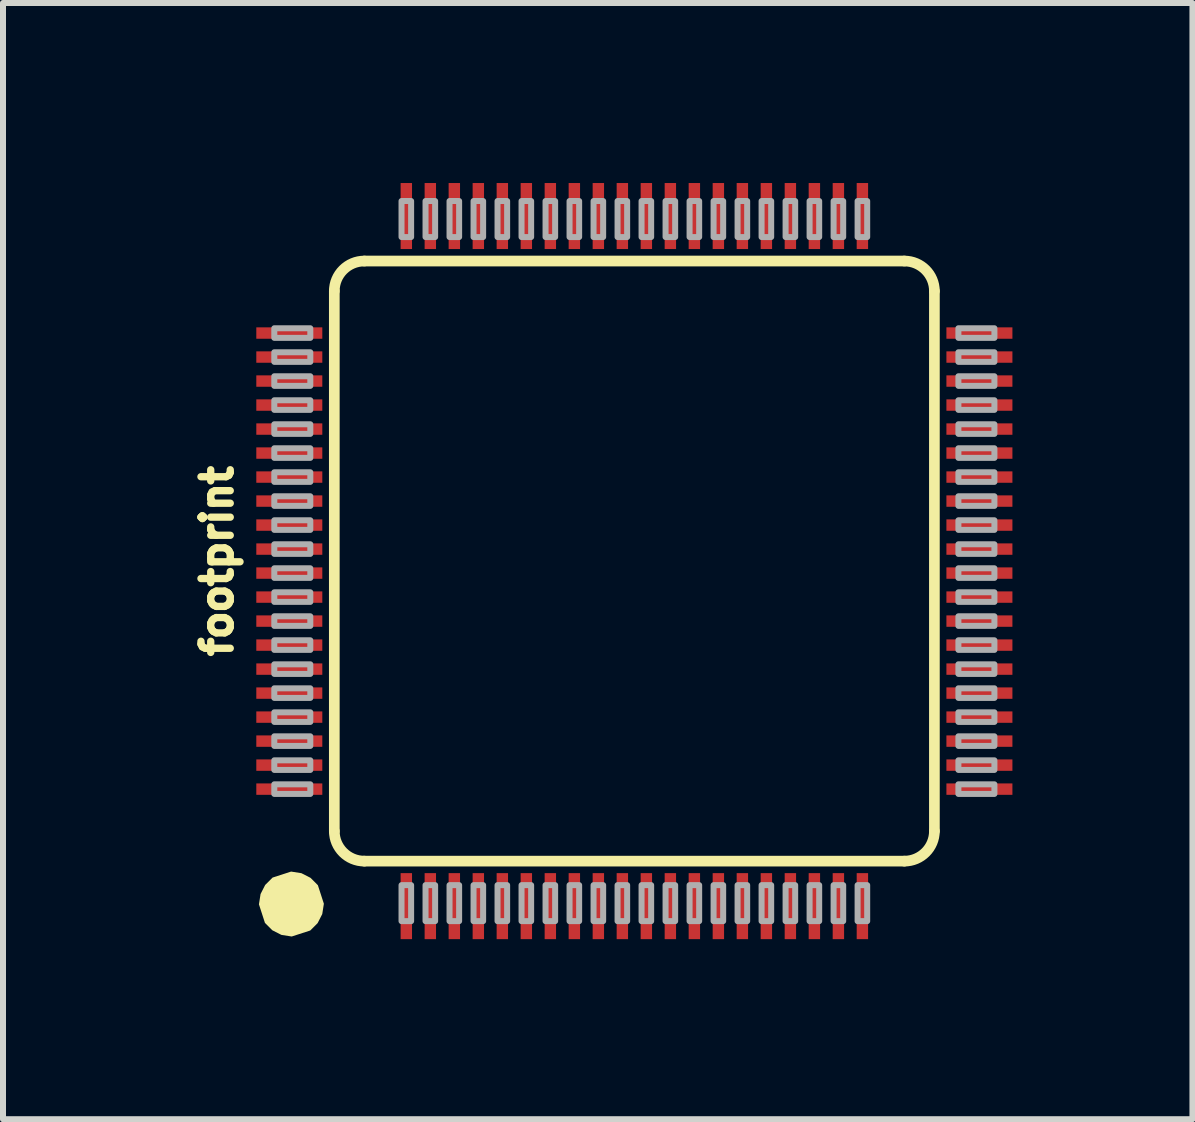
<source format=kicad_pcb>
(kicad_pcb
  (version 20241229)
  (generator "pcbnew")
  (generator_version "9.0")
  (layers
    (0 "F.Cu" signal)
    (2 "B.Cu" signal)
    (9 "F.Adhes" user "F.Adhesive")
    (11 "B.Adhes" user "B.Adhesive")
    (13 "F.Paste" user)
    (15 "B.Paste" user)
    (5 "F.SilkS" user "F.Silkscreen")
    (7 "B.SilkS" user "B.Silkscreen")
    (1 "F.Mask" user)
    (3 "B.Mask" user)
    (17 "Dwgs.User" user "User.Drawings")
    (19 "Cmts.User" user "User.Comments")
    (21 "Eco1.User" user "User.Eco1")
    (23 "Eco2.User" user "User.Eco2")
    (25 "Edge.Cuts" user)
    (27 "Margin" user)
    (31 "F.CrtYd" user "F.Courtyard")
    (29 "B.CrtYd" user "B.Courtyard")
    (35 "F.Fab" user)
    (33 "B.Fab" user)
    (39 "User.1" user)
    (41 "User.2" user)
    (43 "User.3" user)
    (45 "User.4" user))
  (footprint "footprint"
    (layer "F.Cu")
    (at 7.521 6.3)
    (property "Reference" "footprint" (at -6.668 0 90) (layer "F.SilkS") (effects (font (size 0.488 0.488) (thickness 0.122)) (justify bottom)))
    (fp_line (start -5 -4.5) (end -5 4.5) (stroke (width 0.178) (type solid)) (layer "F.SilkS"))
    (fp_line (start -4.5 5) (end 4.5 5) (stroke (width 0.178) (type solid)) (layer "F.SilkS"))
    (fp_line (start 4.5 -5) (end -4.5 -5) (stroke (width 0.178) (type solid)) (layer "F.SilkS"))
    (fp_line (start 5 4.5) (end 5 -4.5) (stroke (width 0.178) (type solid)) (layer "F.SilkS"))
    (fp_arc (start -5 -4.5) (mid -4.853553 -4.853553) (end -4.5 -5) (stroke (width 0.1778) (type solid)) (layer "F.SilkS"))
    (fp_arc (start -4.5 5) (mid -4.853553 4.853553) (end -5 4.5) (stroke (width 0.1778) (type solid)) (layer "F.SilkS"))
    (fp_arc (start 4.5 -5) (mid 4.853553 -4.853553) (end 5 -4.5) (stroke (width 0.1778) (type solid)) (layer "F.SilkS"))
    (fp_arc (start 5 4.5) (mid 4.853553 4.853553) (end 4.5 5) (stroke (width 0.1778) (type solid)) (layer "F.SilkS"))
    (fp_poly (pts (xy -5.548 5.201) (xy -5.397 5.278) (xy -5.274 5.401) (xy -5.174 5.71) (xy -5.201 5.882) (xy -5.278 6.033) (xy -5.401 6.156) (xy -5.71 6.256) (xy -5.882 6.229) (xy -6.033 6.152) (xy -6.156 6.029) (xy -6.256 5.72) (xy -6.229 5.548) (xy -6.152 5.397) (xy -6.029 5.274) (xy -5.72 5.174)) (stroke (width 0) (type solid)) (fill yes) (layer "F.SilkS"))
    (fp_poly (pts (xy -6 -3.72) (xy -5.4 -3.72) (xy -5.4 -3.88) (xy -6 -3.88)) (stroke (width 0.1) (type solid)) (fill no) (layer "F.Fab"))
    (fp_poly (pts (xy -6 -3.32) (xy -5.4 -3.32) (xy -5.4 -3.48) (xy -6 -3.48)) (stroke (width 0.1) (type solid)) (fill no) (layer "F.Fab"))
    (fp_poly (pts (xy -6 -2.92) (xy -5.4 -2.92) (xy -5.4 -3.08) (xy -6 -3.08)) (stroke (width 0.1) (type solid)) (fill no) (layer "F.Fab"))
    (fp_poly (pts (xy -6 -2.52) (xy -5.4 -2.52) (xy -5.4 -2.68) (xy -6 -2.68)) (stroke (width 0.1) (type solid)) (fill no) (layer "F.Fab"))
    (fp_poly (pts (xy -6 -2.12) (xy -5.4 -2.12) (xy -5.4 -2.28) (xy -6 -2.28)) (stroke (width 0.1) (type solid)) (fill no) (layer "F.Fab"))
    (fp_poly (pts (xy -6 -1.72) (xy -5.4 -1.72) (xy -5.4 -1.88) (xy -6 -1.88)) (stroke (width 0.1) (type solid)) (fill no) (layer "F.Fab"))
    (fp_poly (pts (xy -6 -1.32) (xy -5.4 -1.32) (xy -5.4 -1.48) (xy -6 -1.48)) (stroke (width 0.1) (type solid)) (fill no) (layer "F.Fab"))
    (fp_poly (pts (xy -6 -0.92) (xy -5.4 -0.92) (xy -5.4 -1.08) (xy -6 -1.08)) (stroke (width 0.1) (type solid)) (fill no) (layer "F.Fab"))
    (fp_poly (pts (xy -6 -0.52) (xy -5.4 -0.52) (xy -5.4 -0.68) (xy -6 -0.68)) (stroke (width 0.1) (type solid)) (fill no) (layer "F.Fab"))
    (fp_poly (pts (xy -6 -0.12) (xy -5.4 -0.12) (xy -5.4 -0.28) (xy -6 -0.28)) (stroke (width 0.1) (type solid)) (fill no) (layer "F.Fab"))
    (fp_poly (pts (xy -6 0.28) (xy -5.4 0.28) (xy -5.4 0.12) (xy -6 0.12)) (stroke (width 0.1) (type solid)) (fill no) (layer "F.Fab"))
    (fp_poly (pts (xy -6 0.68) (xy -5.4 0.68) (xy -5.4 0.52) (xy -6 0.52)) (stroke (width 0.1) (type solid)) (fill no) (layer "F.Fab"))
    (fp_poly (pts (xy -6 1.08) (xy -5.4 1.08) (xy -5.4 0.92) (xy -6 0.92)) (stroke (width 0.1) (type solid)) (fill no) (layer "F.Fab"))
    (fp_poly (pts (xy -6 1.48) (xy -5.4 1.48) (xy -5.4 1.32) (xy -6 1.32)) (stroke (width 0.1) (type solid)) (fill no) (layer "F.Fab"))
    (fp_poly (pts (xy -6 1.88) (xy -5.4 1.88) (xy -5.4 1.72) (xy -6 1.72)) (stroke (width 0.1) (type solid)) (fill no) (layer "F.Fab"))
    (fp_poly (pts (xy -6 2.28) (xy -5.4 2.28) (xy -5.4 2.12) (xy -6 2.12)) (stroke (width 0.1) (type solid)) (fill no) (layer "F.Fab"))
    (fp_poly (pts (xy -6 2.68) (xy -5.4 2.68) (xy -5.4 2.52) (xy -6 2.52)) (stroke (width 0.1) (type solid)) (fill no) (layer "F.Fab"))
    (fp_poly (pts (xy -6 3.08) (xy -5.4 3.08) (xy -5.4 2.92) (xy -6 2.92)) (stroke (width 0.1) (type solid)) (fill no) (layer "F.Fab"))
    (fp_poly (pts (xy -6 3.48) (xy -5.4 3.48) (xy -5.4 3.32) (xy -6 3.32)) (stroke (width 0.1) (type solid)) (fill no) (layer "F.Fab"))
    (fp_poly (pts (xy -6 3.88) (xy -5.4 3.88) (xy -5.4 3.72) (xy -6 3.72)) (stroke (width 0.1) (type solid)) (fill no) (layer "F.Fab"))
    (fp_poly (pts (xy -3.88 -6) (xy -3.88 -5.4) (xy -3.72 -5.4) (xy -3.72 -6)) (stroke (width 0.1) (type solid)) (fill no) (layer "F.Fab"))
    (fp_poly (pts (xy -3.72 6) (xy -3.72 5.4) (xy -3.88 5.4) (xy -3.88 6)) (stroke (width 0.1) (type solid)) (fill no) (layer "F.Fab"))
    (fp_poly (pts (xy -3.48 -6) (xy -3.48 -5.4) (xy -3.32 -5.4) (xy -3.32 -6)) (stroke (width 0.1) (type solid)) (fill no) (layer "F.Fab"))
    (fp_poly (pts (xy -3.32 6) (xy -3.32 5.4) (xy -3.48 5.4) (xy -3.48 6)) (stroke (width 0.1) (type solid)) (fill no) (layer "F.Fab"))
    (fp_poly (pts (xy -3.08 -6) (xy -3.08 -5.4) (xy -2.92 -5.4) (xy -2.92 -6)) (stroke (width 0.1) (type solid)) (fill no) (layer "F.Fab"))
    (fp_poly (pts (xy -2.92 6) (xy -2.92 5.4) (xy -3.08 5.4) (xy -3.08 6)) (stroke (width 0.1) (type solid)) (fill no) (layer "F.Fab"))
    (fp_poly (pts (xy -2.68 -6) (xy -2.68 -5.4) (xy -2.52 -5.4) (xy -2.52 -6)) (stroke (width 0.1) (type solid)) (fill no) (layer "F.Fab"))
    (fp_poly (pts (xy -2.52 6) (xy -2.52 5.4) (xy -2.68 5.4) (xy -2.68 6)) (stroke (width 0.1) (type solid)) (fill no) (layer "F.Fab"))
    (fp_poly (pts (xy -2.28 -6) (xy -2.28 -5.4) (xy -2.12 -5.4) (xy -2.12 -6)) (stroke (width 0.1) (type solid)) (fill no) (layer "F.Fab"))
    (fp_poly (pts (xy -2.12 6) (xy -2.12 5.4) (xy -2.28 5.4) (xy -2.28 6)) (stroke (width 0.1) (type solid)) (fill no) (layer "F.Fab"))
    (fp_poly (pts (xy -1.88 -6) (xy -1.88 -5.4) (xy -1.72 -5.4) (xy -1.72 -6)) (stroke (width 0.1) (type solid)) (fill no) (layer "F.Fab"))
    (fp_poly (pts (xy -1.72 6) (xy -1.72 5.4) (xy -1.88 5.4) (xy -1.88 6)) (stroke (width 0.1) (type solid)) (fill no) (layer "F.Fab"))
    (fp_poly (pts (xy -1.48 -6) (xy -1.48 -5.4) (xy -1.32 -5.4) (xy -1.32 -6)) (stroke (width 0.1) (type solid)) (fill no) (layer "F.Fab"))
    (fp_poly (pts (xy -1.32 6) (xy -1.32 5.4) (xy -1.48 5.4) (xy -1.48 6)) (stroke (width 0.1) (type solid)) (fill no) (layer "F.Fab"))
    (fp_poly (pts (xy -1.08 -6) (xy -1.08 -5.4) (xy -0.92 -5.4) (xy -0.92 -6)) (stroke (width 0.1) (type solid)) (fill no) (layer "F.Fab"))
    (fp_poly (pts (xy -0.92 6) (xy -0.92 5.4) (xy -1.08 5.4) (xy -1.08 6)) (stroke (width 0.1) (type solid)) (fill no) (layer "F.Fab"))
    (fp_poly (pts (xy -0.68 -6) (xy -0.68 -5.4) (xy -0.52 -5.4) (xy -0.52 -6)) (stroke (width 0.1) (type solid)) (fill no) (layer "F.Fab"))
    (fp_poly (pts (xy -0.52 6) (xy -0.52 5.4) (xy -0.68 5.4) (xy -0.68 6)) (stroke (width 0.1) (type solid)) (fill no) (layer "F.Fab"))
    (fp_poly (pts (xy -0.28 -6) (xy -0.28 -5.4) (xy -0.12 -5.4) (xy -0.12 -6)) (stroke (width 0.1) (type solid)) (fill no) (layer "F.Fab"))
    (fp_poly (pts (xy -0.12 6) (xy -0.12 5.4) (xy -0.28 5.4) (xy -0.28 6)) (stroke (width 0.1) (type solid)) (fill no) (layer "F.Fab"))
    (fp_poly (pts (xy 0.12 -6) (xy 0.12 -5.4) (xy 0.28 -5.4) (xy 0.28 -6)) (stroke (width 0.1) (type solid)) (fill no) (layer "F.Fab"))
    (fp_poly (pts (xy 0.28 6) (xy 0.28 5.4) (xy 0.12 5.4) (xy 0.12 6)) (stroke (width 0.1) (type solid)) (fill no) (layer "F.Fab"))
    (fp_poly (pts (xy 0.52 -6) (xy 0.52 -5.4) (xy 0.68 -5.4) (xy 0.68 -6)) (stroke (width 0.1) (type solid)) (fill no) (layer "F.Fab"))
    (fp_poly (pts (xy 0.68 6) (xy 0.68 5.4) (xy 0.52 5.4) (xy 0.52 6)) (stroke (width 0.1) (type solid)) (fill no) (layer "F.Fab"))
    (fp_poly (pts (xy 0.92 -6) (xy 0.92 -5.4) (xy 1.08 -5.4) (xy 1.08 -6)) (stroke (width 0.1) (type solid)) (fill no) (layer "F.Fab"))
    (fp_poly (pts (xy 1.08 6) (xy 1.08 5.4) (xy 0.92 5.4) (xy 0.92 6)) (stroke (width 0.1) (type solid)) (fill no) (layer "F.Fab"))
    (fp_poly (pts (xy 1.32 -6) (xy 1.32 -5.4) (xy 1.48 -5.4) (xy 1.48 -6)) (stroke (width 0.1) (type solid)) (fill no) (layer "F.Fab"))
    (fp_poly (pts (xy 1.48 6) (xy 1.48 5.4) (xy 1.32 5.4) (xy 1.32 6)) (stroke (width 0.1) (type solid)) (fill no) (layer "F.Fab"))
    (fp_poly (pts (xy 1.72 -6) (xy 1.72 -5.4) (xy 1.88 -5.4) (xy 1.88 -6)) (stroke (width 0.1) (type solid)) (fill no) (layer "F.Fab"))
    (fp_poly (pts (xy 1.88 6) (xy 1.88 5.4) (xy 1.72 5.4) (xy 1.72 6)) (stroke (width 0.1) (type solid)) (fill no) (layer "F.Fab"))
    (fp_poly (pts (xy 2.12 -6) (xy 2.12 -5.4) (xy 2.28 -5.4) (xy 2.28 -6)) (stroke (width 0.1) (type solid)) (fill no) (layer "F.Fab"))
    (fp_poly (pts (xy 2.28 6) (xy 2.28 5.4) (xy 2.12 5.4) (xy 2.12 6)) (stroke (width 0.1) (type solid)) (fill no) (layer "F.Fab"))
    (fp_poly (pts (xy 2.52 -6) (xy 2.52 -5.4) (xy 2.68 -5.4) (xy 2.68 -6)) (stroke (width 0.1) (type solid)) (fill no) (layer "F.Fab"))
    (fp_poly (pts (xy 2.68 6) (xy 2.68 5.4) (xy 2.52 5.4) (xy 2.52 6)) (stroke (width 0.1) (type solid)) (fill no) (layer "F.Fab"))
    (fp_poly (pts (xy 2.92 -6) (xy 2.92 -5.4) (xy 3.08 -5.4) (xy 3.08 -6)) (stroke (width 0.1) (type solid)) (fill no) (layer "F.Fab"))
    (fp_poly (pts (xy 3.08 6) (xy 3.08 5.4) (xy 2.92 5.4) (xy 2.92 6)) (stroke (width 0.1) (type solid)) (fill no) (layer "F.Fab"))
    (fp_poly (pts (xy 3.32 -6) (xy 3.32 -5.4) (xy 3.48 -5.4) (xy 3.48 -6)) (stroke (width 0.1) (type solid)) (fill no) (layer "F.Fab"))
    (fp_poly (pts (xy 3.48 6) (xy 3.48 5.4) (xy 3.32 5.4) (xy 3.32 6)) (stroke (width 0.1) (type solid)) (fill no) (layer "F.Fab"))
    (fp_poly (pts (xy 3.72 -6) (xy 3.72 -5.4) (xy 3.88 -5.4) (xy 3.88 -6)) (stroke (width 0.1) (type solid)) (fill no) (layer "F.Fab"))
    (fp_poly (pts (xy 3.88 6) (xy 3.88 5.4) (xy 3.72 5.4) (xy 3.72 6)) (stroke (width 0.1) (type solid)) (fill no) (layer "F.Fab"))
    (fp_poly (pts (xy 6 -3.88) (xy 5.4 -3.88) (xy 5.4 -3.72) (xy 6 -3.72)) (stroke (width 0.1) (type solid)) (fill no) (layer "F.Fab"))
    (fp_poly (pts (xy 6 -3.48) (xy 5.4 -3.48) (xy 5.4 -3.32) (xy 6 -3.32)) (stroke (width 0.1) (type solid)) (fill no) (layer "F.Fab"))
    (fp_poly (pts (xy 6 -3.08) (xy 5.4 -3.08) (xy 5.4 -2.92) (xy 6 -2.92)) (stroke (width 0.1) (type solid)) (fill no) (layer "F.Fab"))
    (fp_poly (pts (xy 6 -2.68) (xy 5.4 -2.68) (xy 5.4 -2.52) (xy 6 -2.52)) (stroke (width 0.1) (type solid)) (fill no) (layer "F.Fab"))
    (fp_poly (pts (xy 6 -2.28) (xy 5.4 -2.28) (xy 5.4 -2.12) (xy 6 -2.12)) (stroke (width 0.1) (type solid)) (fill no) (layer "F.Fab"))
    (fp_poly (pts (xy 6 -1.88) (xy 5.4 -1.88) (xy 5.4 -1.72) (xy 6 -1.72)) (stroke (width 0.1) (type solid)) (fill no) (layer "F.Fab"))
    (fp_poly (pts (xy 6 -1.48) (xy 5.4 -1.48) (xy 5.4 -1.32) (xy 6 -1.32)) (stroke (width 0.1) (type solid)) (fill no) (layer "F.Fab"))
    (fp_poly (pts (xy 6 -1.08) (xy 5.4 -1.08) (xy 5.4 -0.92) (xy 6 -0.92)) (stroke (width 0.1) (type solid)) (fill no) (layer "F.Fab"))
    (fp_poly (pts (xy 6 -0.68) (xy 5.4 -0.68) (xy 5.4 -0.52) (xy 6 -0.52)) (stroke (width 0.1) (type solid)) (fill no) (layer "F.Fab"))
    (fp_poly (pts (xy 6 -0.28) (xy 5.4 -0.28) (xy 5.4 -0.12) (xy 6 -0.12)) (stroke (width 0.1) (type solid)) (fill no) (layer "F.Fab"))
    (fp_poly (pts (xy 6 0.12) (xy 5.4 0.12) (xy 5.4 0.28) (xy 6 0.28)) (stroke (width 0.1) (type solid)) (fill no) (layer "F.Fab"))
    (fp_poly (pts (xy 6 0.52) (xy 5.4 0.52) (xy 5.4 0.68) (xy 6 0.68)) (stroke (width 0.1) (type solid)) (fill no) (layer "F.Fab"))
    (fp_poly (pts (xy 6 0.92) (xy 5.4 0.92) (xy 5.4 1.08) (xy 6 1.08)) (stroke (width 0.1) (type solid)) (fill no) (layer "F.Fab"))
    (fp_poly (pts (xy 6 1.32) (xy 5.4 1.32) (xy 5.4 1.48) (xy 6 1.48)) (stroke (width 0.1) (type solid)) (fill no) (layer "F.Fab"))
    (fp_poly (pts (xy 6 1.72) (xy 5.4 1.72) (xy 5.4 1.88) (xy 6 1.88)) (stroke (width 0.1) (type solid)) (fill no) (layer "F.Fab"))
    (fp_poly (pts (xy 6 2.12) (xy 5.4 2.12) (xy 5.4 2.28) (xy 6 2.28)) (stroke (width 0.1) (type solid)) (fill no) (layer "F.Fab"))
    (fp_poly (pts (xy 6 2.52) (xy 5.4 2.52) (xy 5.4 2.68) (xy 6 2.68)) (stroke (width 0.1) (type solid)) (fill no) (layer "F.Fab"))
    (fp_poly (pts (xy 6 2.92) (xy 5.4 2.92) (xy 5.4 3.08) (xy 6 3.08)) (stroke (width 0.1) (type solid)) (fill no) (layer "F.Fab"))
    (fp_poly (pts (xy 6 3.32) (xy 5.4 3.32) (xy 5.4 3.48) (xy 6 3.48)) (stroke (width 0.1) (type solid)) (fill no) (layer "F.Fab"))
    (fp_poly (pts (xy 6 3.72) (xy 5.4 3.72) (xy 5.4 3.88) (xy 6 3.88)) (stroke (width 0.1) (type solid)) (fill no) (layer "F.Fab"))
    (pad "1" smd rect (at -3.8 5.75 90) (size 1.1 0.19) (layers "F.Cu" "F.Mask" "F.Paste"))
    (pad "2" smd rect (at -3.4 5.75 90) (size 1.1 0.19) (layers "F.Cu" "F.Mask" "F.Paste"))
    (pad "3" smd rect (at -3 5.75 90) (size 1.1 0.19) (layers "F.Cu" "F.Mask" "F.Paste"))
    (pad "4" smd rect (at -2.6 5.75 90) (size 1.1 0.19) (layers "F.Cu" "F.Mask" "F.Paste"))
    (pad "5" smd rect (at -2.2 5.75 90) (size 1.1 0.19) (layers "F.Cu" "F.Mask" "F.Paste"))
    (pad "6" smd rect (at -1.8 5.75 90) (size 1.1 0.19) (layers "F.Cu" "F.Mask" "F.Paste"))
    (pad "7" smd rect (at -1.4 5.75 90) (size 1.1 0.19) (layers "F.Cu" "F.Mask" "F.Paste"))
    (pad "8" smd rect (at -1 5.75 90) (size 1.1 0.19) (layers "F.Cu" "F.Mask" "F.Paste"))
    (pad "9" smd rect (at -0.6 5.75 90) (size 1.1 0.19) (layers "F.Cu" "F.Mask" "F.Paste"))
    (pad "10" smd rect (at -0.2 5.75 90) (size 1.1 0.19) (layers "F.Cu" "F.Mask" "F.Paste"))
    (pad "11" smd rect (at 0.2 5.75 90) (size 1.1 0.19) (layers "F.Cu" "F.Mask" "F.Paste"))
    (pad "12" smd rect (at 0.6 5.75 90) (size 1.1 0.19) (layers "F.Cu" "F.Mask" "F.Paste"))
    (pad "13" smd rect (at 1 5.75 90) (size 1.1 0.19) (layers "F.Cu" "F.Mask" "F.Paste"))
    (pad "14" smd rect (at 1.4 5.75 90) (size 1.1 0.19) (layers "F.Cu" "F.Mask" "F.Paste"))
    (pad "15" smd rect (at 1.8 5.75 90) (size 1.1 0.19) (layers "F.Cu" "F.Mask" "F.Paste"))
    (pad "16" smd rect (at 2.2 5.75 90) (size 1.1 0.19) (layers "F.Cu" "F.Mask" "F.Paste"))
    (pad "17" smd rect (at 2.6 5.75 90) (size 1.1 0.19) (layers "F.Cu" "F.Mask" "F.Paste"))
    (pad "18" smd rect (at 3 5.75 90) (size 1.1 0.19) (layers "F.Cu" "F.Mask" "F.Paste"))
    (pad "19" smd rect (at 3.4 5.75 90) (size 1.1 0.19) (layers "F.Cu" "F.Mask" "F.Paste"))
    (pad "20" smd rect (at 3.8 5.75 90) (size 1.1 0.19) (layers "F.Cu" "F.Mask" "F.Paste"))
    (pad "21" smd rect (at 5.75 3.8 180) (size 1.1 0.19) (layers "F.Cu" "F.Mask" "F.Paste"))
    (pad "22" smd rect (at 5.75 3.4 180) (size 1.1 0.19) (layers "F.Cu" "F.Mask" "F.Paste"))
    (pad "23" smd rect (at 5.75 3 180) (size 1.1 0.19) (layers "F.Cu" "F.Mask" "F.Paste"))
    (pad "24" smd rect (at 5.75 2.6 180) (size 1.1 0.19) (layers "F.Cu" "F.Mask" "F.Paste"))
    (pad "25" smd rect (at 5.75 2.2 180) (size 1.1 0.19) (layers "F.Cu" "F.Mask" "F.Paste"))
    (pad "26" smd rect (at 5.75 1.8 180) (size 1.1 0.19) (layers "F.Cu" "F.Mask" "F.Paste"))
    (pad "27" smd rect (at 5.75 1.4 180) (size 1.1 0.19) (layers "F.Cu" "F.Mask" "F.Paste"))
    (pad "28" smd rect (at 5.75 1 180) (size 1.1 0.19) (layers "F.Cu" "F.Mask" "F.Paste"))
    (pad "29" smd rect (at 5.75 0.6 180) (size 1.1 0.19) (layers "F.Cu" "F.Mask" "F.Paste"))
    (pad "30" smd rect (at 5.75 0.2 180) (size 1.1 0.19) (layers "F.Cu" "F.Mask" "F.Paste"))
    (pad "31" smd rect (at 5.75 -0.2 180) (size 1.1 0.19) (layers "F.Cu" "F.Mask" "F.Paste"))
    (pad "32" smd rect (at 5.75 -0.6 180) (size 1.1 0.19) (layers "F.Cu" "F.Mask" "F.Paste"))
    (pad "33" smd rect (at 5.75 -1 180) (size 1.1 0.19) (layers "F.Cu" "F.Mask" "F.Paste"))
    (pad "34" smd rect (at 5.75 -1.4 180) (size 1.1 0.19) (layers "F.Cu" "F.Mask" "F.Paste"))
    (pad "35" smd rect (at 5.75 -1.8 180) (size 1.1 0.19) (layers "F.Cu" "F.Mask" "F.Paste"))
    (pad "36" smd rect (at 5.75 -2.2 180) (size 1.1 0.19) (layers "F.Cu" "F.Mask" "F.Paste"))
    (pad "37" smd rect (at 5.75 -2.6 180) (size 1.1 0.19) (layers "F.Cu" "F.Mask" "F.Paste"))
    (pad "38" smd rect (at 5.75 -3 180) (size 1.1 0.19) (layers "F.Cu" "F.Mask" "F.Paste"))
    (pad "39" smd rect (at 5.75 -3.4 180) (size 1.1 0.19) (layers "F.Cu" "F.Mask" "F.Paste"))
    (pad "40" smd rect (at 5.75 -3.8 180) (size 1.1 0.19) (layers "F.Cu" "F.Mask" "F.Paste"))
    (pad "41" smd rect (at 3.8 -5.75 270) (size 1.1 0.19) (layers "F.Cu" "F.Mask" "F.Paste"))
    (pad "42" smd rect (at 3.4 -5.75 270) (size 1.1 0.19) (layers "F.Cu" "F.Mask" "F.Paste"))
    (pad "43" smd rect (at 3 -5.75 270) (size 1.1 0.19) (layers "F.Cu" "F.Mask" "F.Paste"))
    (pad "44" smd rect (at 2.6 -5.75 270) (size 1.1 0.19) (layers "F.Cu" "F.Mask" "F.Paste"))
    (pad "45" smd rect (at 2.2 -5.75 270) (size 1.1 0.19) (layers "F.Cu" "F.Mask" "F.Paste"))
    (pad "46" smd rect (at 1.8 -5.75 270) (size 1.1 0.19) (layers "F.Cu" "F.Mask" "F.Paste"))
    (pad "47" smd rect (at 1.4 -5.75 270) (size 1.1 0.19) (layers "F.Cu" "F.Mask" "F.Paste"))
    (pad "48" smd rect (at 1 -5.75 270) (size 1.1 0.19) (layers "F.Cu" "F.Mask" "F.Paste"))
    (pad "49" smd rect (at 0.6 -5.75 270) (size 1.1 0.19) (layers "F.Cu" "F.Mask" "F.Paste"))
    (pad "50" smd rect (at 0.2 -5.75 270) (size 1.1 0.19) (layers "F.Cu" "F.Mask" "F.Paste"))
    (pad "51" smd rect (at -0.2 -5.75 270) (size 1.1 0.19) (layers "F.Cu" "F.Mask" "F.Paste"))
    (pad "52" smd rect (at -0.6 -5.75 270) (size 1.1 0.19) (layers "F.Cu" "F.Mask" "F.Paste"))
    (pad "53" smd rect (at -1 -5.75 270) (size 1.1 0.19) (layers "F.Cu" "F.Mask" "F.Paste"))
    (pad "54" smd rect (at -1.4 -5.75 270) (size 1.1 0.19) (layers "F.Cu" "F.Mask" "F.Paste"))
    (pad "55" smd rect (at -1.8 -5.75 270) (size 1.1 0.19) (layers "F.Cu" "F.Mask" "F.Paste"))
    (pad "56" smd rect (at -2.2 -5.75 270) (size 1.1 0.19) (layers "F.Cu" "F.Mask" "F.Paste"))
    (pad "57" smd rect (at -2.6 -5.75 270) (size 1.1 0.19) (layers "F.Cu" "F.Mask" "F.Paste"))
    (pad "58" smd rect (at -3 -5.75 270) (size 1.1 0.19) (layers "F.Cu" "F.Mask" "F.Paste"))
    (pad "59" smd rect (at -3.4 -5.75 270) (size 1.1 0.19) (layers "F.Cu" "F.Mask" "F.Paste"))
    (pad "60" smd rect (at -3.8 -5.75 270) (size 1.1 0.19) (layers "F.Cu" "F.Mask" "F.Paste"))
    (pad "61" smd rect (at -5.75 -3.8) (size 1.1 0.19) (layers "F.Cu" "F.Mask" "F.Paste"))
    (pad "62" smd rect (at -5.75 -3.4) (size 1.1 0.19) (layers "F.Cu" "F.Mask" "F.Paste"))
    (pad "63" smd rect (at -5.75 -3) (size 1.1 0.19) (layers "F.Cu" "F.Mask" "F.Paste"))
    (pad "64" smd rect (at -5.75 -2.6) (size 1.1 0.19) (layers "F.Cu" "F.Mask" "F.Paste"))
    (pad "65" smd rect (at -5.75 -2.2) (size 1.1 0.19) (layers "F.Cu" "F.Mask" "F.Paste"))
    (pad "66" smd rect (at -5.75 -1.8) (size 1.1 0.19) (layers "F.Cu" "F.Mask" "F.Paste"))
    (pad "67" smd rect (at -5.75 -1.4) (size 1.1 0.19) (layers "F.Cu" "F.Mask" "F.Paste"))
    (pad "68" smd rect (at -5.75 -1) (size 1.1 0.19) (layers "F.Cu" "F.Mask" "F.Paste"))
    (pad "69" smd rect (at -5.75 -0.6) (size 1.1 0.19) (layers "F.Cu" "F.Mask" "F.Paste"))
    (pad "70" smd rect (at -5.75 -0.2) (size 1.1 0.19) (layers "F.Cu" "F.Mask" "F.Paste"))
    (pad "71" smd rect (at -5.75 0.2) (size 1.1 0.19) (layers "F.Cu" "F.Mask" "F.Paste"))
    (pad "72" smd rect (at -5.75 0.6) (size 1.1 0.19) (layers "F.Cu" "F.Mask" "F.Paste"))
    (pad "73" smd rect (at -5.75 1) (size 1.1 0.19) (layers "F.Cu" "F.Mask" "F.Paste"))
    (pad "74" smd rect (at -5.75 1.4) (size 1.1 0.19) (layers "F.Cu" "F.Mask" "F.Paste"))
    (pad "75" smd rect (at -5.75 1.8) (size 1.1 0.19) (layers "F.Cu" "F.Mask" "F.Paste"))
    (pad "76" smd rect (at -5.75 2.2) (size 1.1 0.19) (layers "F.Cu" "F.Mask" "F.Paste"))
    (pad "77" smd rect (at -5.75 2.6) (size 1.1 0.19) (layers "F.Cu" "F.Mask" "F.Paste"))
    (pad "78" smd rect (at -5.75 3) (size 1.1 0.19) (layers "F.Cu" "F.Mask" "F.Paste"))
    (pad "79" smd rect (at -5.75 3.4) (size 1.1 0.19) (layers "F.Cu" "F.Mask" "F.Paste"))
    (pad "80" smd rect (at -5.75 3.8) (size 1.1 0.19) (layers "F.Cu" "F.Mask" "F.Paste")))
  (gr_rect
    (start -3 -3)
    (end 16.821 15.6)
    (stroke (width 0.1) (type default))
    (fill no)
    (layer "Edge.Cuts")))
</source>
